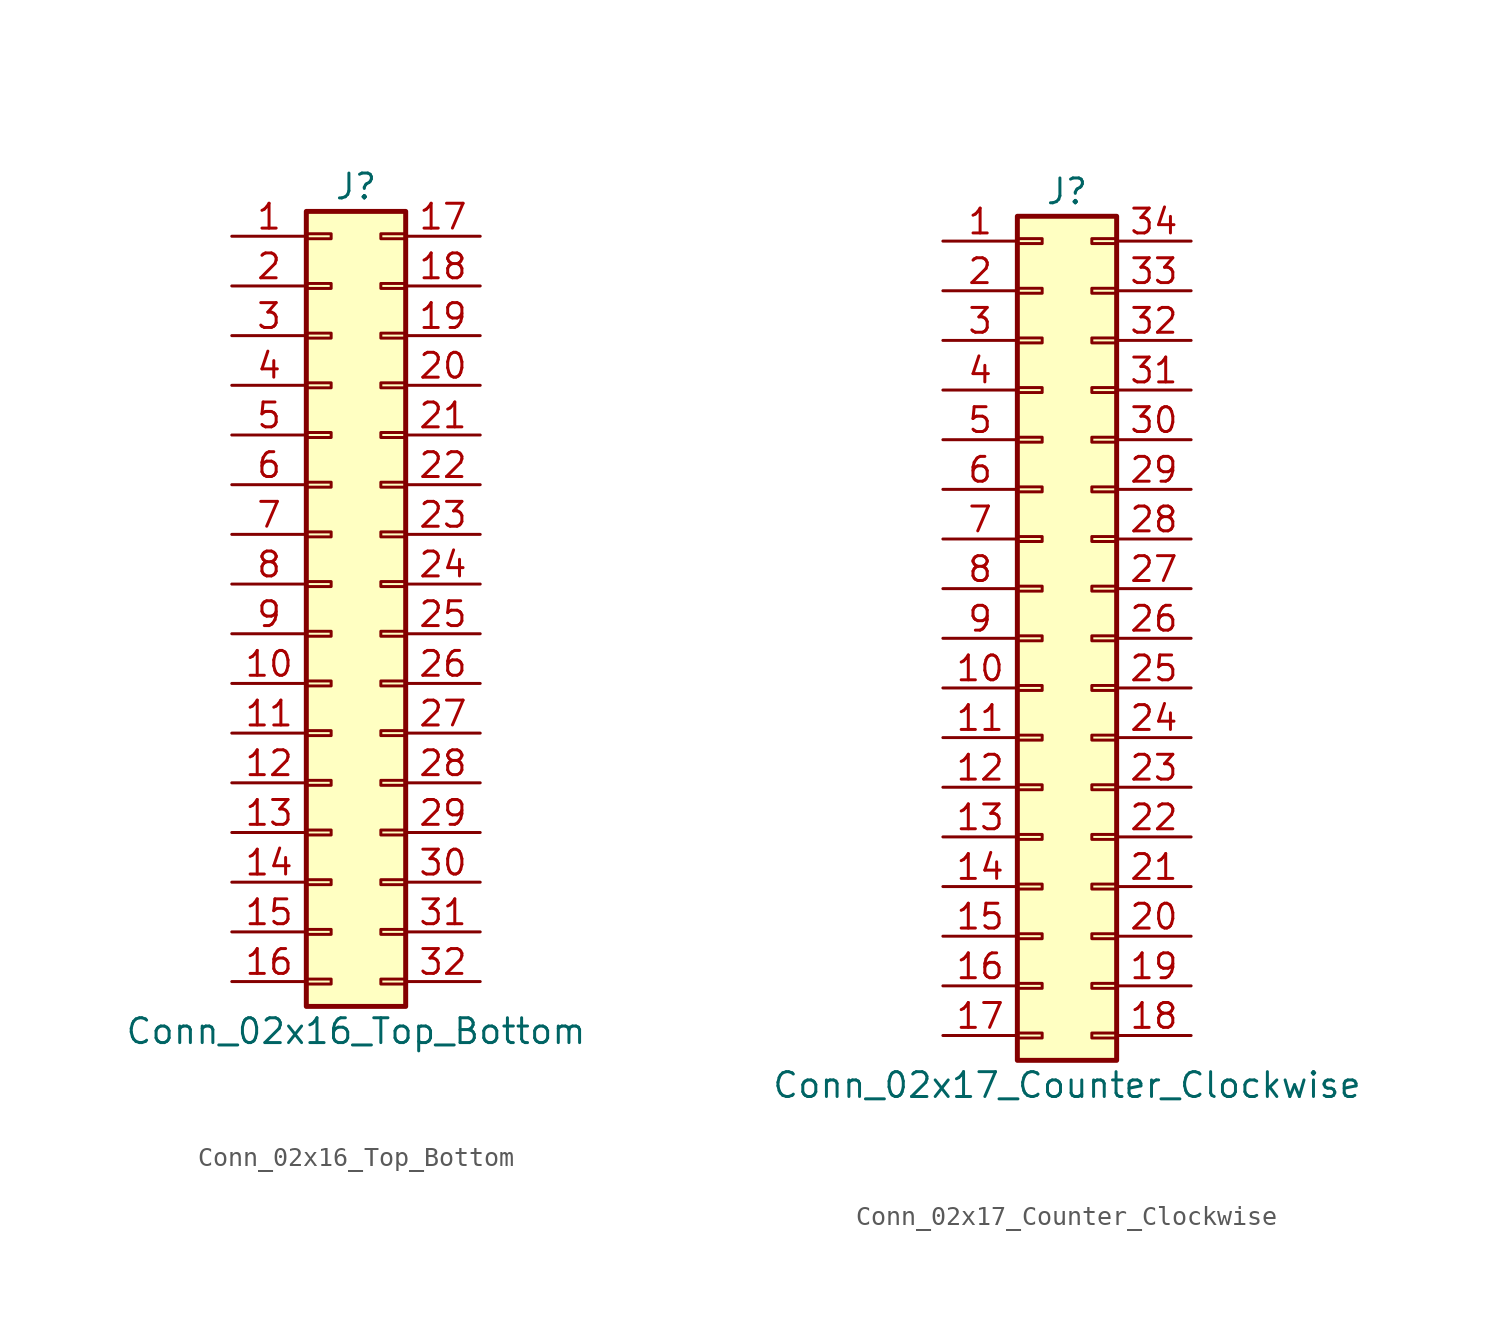
<source format=kicad_sym>
(kicad_symbol_lib
  (version 20201005)
  (generator kicad_symbol_editor)
  (symbol "Conn_02x16_Top_Bottom"
    (pin_names
      (offset 1.016) hide)
    (property "Reference" "J"
      (at 1.27 20.32 0)
      (effects (font (size 1.27 1.27))))
    (property "Value" "Conn_02x16_Top_Bottom"
      (at 1.27 -22.86 0)
      (effects (font (size 1.27 1.27))))
    (symbol "Conn_02x16_Top_Bottom_1_1"
      (rectangle (start -1.27 -20.193) (end 0 -20.447) (stroke (width 0.152)) (fill (type none)))
      (rectangle (start -1.27 -17.653) (end 0 -17.907) (stroke (width 0.152)) (fill (type none)))
      (rectangle (start -1.27 -15.113) (end 0 -15.367) (stroke (width 0.152)) (fill (type none)))
      (rectangle (start -1.27 -12.573) (end 0 -12.827) (stroke (width 0.152)) (fill (type none)))
      (rectangle (start -1.27 -10.033) (end 0 -10.287) (stroke (width 0.152)) (fill (type none)))
      (rectangle (start -1.27 -7.493) (end 0 -7.747) (stroke (width 0.152)) (fill (type none)))
      (rectangle (start -1.27 -4.953) (end 0 -5.207) (stroke (width 0.152)) (fill (type none)))
      (rectangle (start -1.27 -2.413) (end 0 -2.667) (stroke (width 0.152)) (fill (type none)))
      (rectangle (start -1.27 0.127) (end 0 -0.127) (stroke (width 0.152)) (fill (type none)))
      (rectangle (start -1.27 2.667) (end 0 2.413) (stroke (width 0.152)) (fill (type none)))
      (rectangle (start -1.27 5.207) (end 0 4.953) (stroke (width 0.152)) (fill (type none)))
      (rectangle (start -1.27 7.747) (end 0 7.493) (stroke (width 0.152)) (fill (type none)))
      (rectangle (start -1.27 10.287) (end 0 10.033) (stroke (width 0.152)) (fill (type none)))
      (rectangle (start -1.27 12.827) (end 0 12.573) (stroke (width 0.152)) (fill (type none)))
      (rectangle (start -1.27 15.367) (end 0 15.113) (stroke (width 0.152)) (fill (type none)))
      (rectangle (start -1.27 17.907) (end 0 17.653) (stroke (width 0.152)) (fill (type none)))
      (rectangle (start -1.27 19.05) (end 3.81 -21.59) (stroke (width 0.254)) (fill (type background)))
      (rectangle (start 3.81 -20.193) (end 2.54 -20.447) (stroke (width 0.152)) (fill (type none)))
      (rectangle (start 3.81 -17.653) (end 2.54 -17.907) (stroke (width 0.152)) (fill (type none)))
      (rectangle (start 3.81 -15.113) (end 2.54 -15.367) (stroke (width 0.152)) (fill (type none)))
      (rectangle (start 3.81 -12.573) (end 2.54 -12.827) (stroke (width 0.152)) (fill (type none)))
      (rectangle (start 3.81 -10.033) (end 2.54 -10.287) (stroke (width 0.152)) (fill (type none)))
      (rectangle (start 3.81 -7.493) (end 2.54 -7.747) (stroke (width 0.152)) (fill (type none)))
      (rectangle (start 3.81 -4.953) (end 2.54 -5.207) (stroke (width 0.152)) (fill (type none)))
      (rectangle (start 3.81 -2.413) (end 2.54 -2.667) (stroke (width 0.152)) (fill (type none)))
      (rectangle (start 3.81 0.127) (end 2.54 -0.127) (stroke (width 0.152)) (fill (type none)))
      (rectangle (start 3.81 2.667) (end 2.54 2.413) (stroke (width 0.152)) (fill (type none)))
      (rectangle (start 3.81 5.207) (end 2.54 4.953) (stroke (width 0.152)) (fill (type none)))
      (rectangle (start 3.81 7.747) (end 2.54 7.493) (stroke (width 0.152)) (fill (type none)))
      (rectangle (start 3.81 10.287) (end 2.54 10.033) (stroke (width 0.152)) (fill (type none)))
      (rectangle (start 3.81 12.827) (end 2.54 12.573) (stroke (width 0.152)) (fill (type none)))
      (rectangle (start 3.81 15.367) (end 2.54 15.113) (stroke (width 0.152)) (fill (type none)))
      (rectangle (start 3.81 17.907) (end 2.54 17.653) (stroke (width 0.152)) (fill (type none)))
      (pin passive line (at -5.08 17.78 0) (length 3.81) (name "Pin_1" (effects (font (size 1.27 1.27)))) (number "1" (effects (font (size 1.27 1.27)))))
      (pin passive line (at -5.08 -5.08 0) (length 3.81) (name "Pin_10" (effects (font (size 1.27 1.27)))) (number "10" (effects (font (size 1.27 1.27)))))
      (pin passive line (at -5.08 -7.62 0) (length 3.81) (name "Pin_11" (effects (font (size 1.27 1.27)))) (number "11" (effects (font (size 1.27 1.27)))))
      (pin passive line (at -5.08 -10.16 0) (length 3.81) (name "Pin_12" (effects (font (size 1.27 1.27)))) (number "12" (effects (font (size 1.27 1.27)))))
      (pin passive line (at -5.08 -12.7 0) (length 3.81) (name "Pin_13" (effects (font (size 1.27 1.27)))) (number "13" (effects (font (size 1.27 1.27)))))
      (pin passive line (at -5.08 -15.24 0) (length 3.81) (name "Pin_14" (effects (font (size 1.27 1.27)))) (number "14" (effects (font (size 1.27 1.27)))))
      (pin passive line (at -5.08 -17.78 0) (length 3.81) (name "Pin_15" (effects (font (size 1.27 1.27)))) (number "15" (effects (font (size 1.27 1.27)))))
      (pin passive line (at -5.08 -20.32 0) (length 3.81) (name "Pin_16" (effects (font (size 1.27 1.27)))) (number "16" (effects (font (size 1.27 1.27)))))
      (pin passive line (at 7.62 17.78 180) (length 3.81) (name "Pin_17" (effects (font (size 1.27 1.27)))) (number "17" (effects (font (size 1.27 1.27)))))
      (pin passive line (at 7.62 15.24 180) (length 3.81) (name "Pin_18" (effects (font (size 1.27 1.27)))) (number "18" (effects (font (size 1.27 1.27)))))
      (pin passive line (at 7.62 12.7 180) (length 3.81) (name "Pin_19" (effects (font (size 1.27 1.27)))) (number "19" (effects (font (size 1.27 1.27)))))
      (pin passive line (at -5.08 15.24 0) (length 3.81) (name "Pin_2" (effects (font (size 1.27 1.27)))) (number "2" (effects (font (size 1.27 1.27)))))
      (pin passive line (at 7.62 10.16 180) (length 3.81) (name "Pin_20" (effects (font (size 1.27 1.27)))) (number "20" (effects (font (size 1.27 1.27)))))
      (pin passive line (at 7.62 7.62 180) (length 3.81) (name "Pin_21" (effects (font (size 1.27 1.27)))) (number "21" (effects (font (size 1.27 1.27)))))
      (pin passive line (at 7.62 5.08 180) (length 3.81) (name "Pin_22" (effects (font (size 1.27 1.27)))) (number "22" (effects (font (size 1.27 1.27)))))
      (pin passive line (at 7.62 2.54 180) (length 3.81) (name "Pin_23" (effects (font (size 1.27 1.27)))) (number "23" (effects (font (size 1.27 1.27)))))
      (pin passive line (at 7.62 0 180) (length 3.81) (name "Pin_24" (effects (font (size 1.27 1.27)))) (number "24" (effects (font (size 1.27 1.27)))))
      (pin passive line (at 7.62 -2.54 180) (length 3.81) (name "Pin_25" (effects (font (size 1.27 1.27)))) (number "25" (effects (font (size 1.27 1.27)))))
      (pin passive line (at 7.62 -5.08 180) (length 3.81) (name "Pin_26" (effects (font (size 1.27 1.27)))) (number "26" (effects (font (size 1.27 1.27)))))
      (pin passive line (at 7.62 -7.62 180) (length 3.81) (name "Pin_27" (effects (font (size 1.27 1.27)))) (number "27" (effects (font (size 1.27 1.27)))))
      (pin passive line (at 7.62 -10.16 180) (length 3.81) (name "Pin_28" (effects (font (size 1.27 1.27)))) (number "28" (effects (font (size 1.27 1.27)))))
      (pin passive line (at 7.62 -12.7 180) (length 3.81) (name "Pin_29" (effects (font (size 1.27 1.27)))) (number "29" (effects (font (size 1.27 1.27)))))
      (pin passive line (at -5.08 12.7 0) (length 3.81) (name "Pin_3" (effects (font (size 1.27 1.27)))) (number "3" (effects (font (size 1.27 1.27)))))
      (pin passive line (at 7.62 -15.24 180) (length 3.81) (name "Pin_30" (effects (font (size 1.27 1.27)))) (number "30" (effects (font (size 1.27 1.27)))))
      (pin passive line (at 7.62 -17.78 180) (length 3.81) (name "Pin_31" (effects (font (size 1.27 1.27)))) (number "31" (effects (font (size 1.27 1.27)))))
      (pin passive line (at 7.62 -20.32 180) (length 3.81) (name "Pin_32" (effects (font (size 1.27 1.27)))) (number "32" (effects (font (size 1.27 1.27)))))
      (pin passive line (at -5.08 10.16 0) (length 3.81) (name "Pin_4" (effects (font (size 1.27 1.27)))) (number "4" (effects (font (size 1.27 1.27)))))
      (pin passive line (at -5.08 7.62 0) (length 3.81) (name "Pin_5" (effects (font (size 1.27 1.27)))) (number "5" (effects (font (size 1.27 1.27)))))
      (pin passive line (at -5.08 5.08 0) (length 3.81) (name "Pin_6" (effects (font (size 1.27 1.27)))) (number "6" (effects (font (size 1.27 1.27)))))
      (pin passive line (at -5.08 2.54 0) (length 3.81) (name "Pin_7" (effects (font (size 1.27 1.27)))) (number "7" (effects (font (size 1.27 1.27)))))
      (pin passive line (at -5.08 0 0) (length 3.81) (name "Pin_8" (effects (font (size 1.27 1.27)))) (number "8" (effects (font (size 1.27 1.27)))))
      (pin passive line (at -5.08 -2.54 0) (length 3.81) (name "Pin_9" (effects (font (size 1.27 1.27)))) (number "9" (effects (font (size 1.27 1.27)))))))
  (symbol "Conn_02x17_Counter_Clockwise"
    (pin_names
      (offset 1.016) hide)
    (property "Reference" "J"
      (at 1.27 22.86 0)
      (effects (font (size 1.27 1.27))))
    (property "Value" "Conn_02x17_Counter_Clockwise"
      (at 1.27 -22.86 0)
      (effects (font (size 1.27 1.27))))
    (symbol "Conn_02x17_Counter_Clockwise_1_1"
      (rectangle (start -1.27 -20.193) (end 0 -20.447) (stroke (width 0.152)) (fill (type none)))
      (rectangle (start -1.27 -17.653) (end 0 -17.907) (stroke (width 0.152)) (fill (type none)))
      (rectangle (start -1.27 -15.113) (end 0 -15.367) (stroke (width 0.152)) (fill (type none)))
      (rectangle (start -1.27 -12.573) (end 0 -12.827) (stroke (width 0.152)) (fill (type none)))
      (rectangle (start -1.27 -10.033) (end 0 -10.287) (stroke (width 0.152)) (fill (type none)))
      (rectangle (start -1.27 -7.493) (end 0 -7.747) (stroke (width 0.152)) (fill (type none)))
      (rectangle (start -1.27 -4.953) (end 0 -5.207) (stroke (width 0.152)) (fill (type none)))
      (rectangle (start -1.27 -2.413) (end 0 -2.667) (stroke (width 0.152)) (fill (type none)))
      (rectangle (start -1.27 0.127) (end 0 -0.127) (stroke (width 0.152)) (fill (type none)))
      (rectangle (start -1.27 2.667) (end 0 2.413) (stroke (width 0.152)) (fill (type none)))
      (rectangle (start -1.27 5.207) (end 0 4.953) (stroke (width 0.152)) (fill (type none)))
      (rectangle (start -1.27 7.747) (end 0 7.493) (stroke (width 0.152)) (fill (type none)))
      (rectangle (start -1.27 10.287) (end 0 10.033) (stroke (width 0.152)) (fill (type none)))
      (rectangle (start -1.27 12.827) (end 0 12.573) (stroke (width 0.152)) (fill (type none)))
      (rectangle (start -1.27 15.367) (end 0 15.113) (stroke (width 0.152)) (fill (type none)))
      (rectangle (start -1.27 17.907) (end 0 17.653) (stroke (width 0.152)) (fill (type none)))
      (rectangle (start -1.27 20.447) (end 0 20.193) (stroke (width 0.152)) (fill (type none)))
      (rectangle (start -1.27 21.59) (end 3.81 -21.59) (stroke (width 0.254)) (fill (type background)))
      (rectangle (start 3.81 -20.193) (end 2.54 -20.447) (stroke (width 0.152)) (fill (type none)))
      (rectangle (start 3.81 -17.653) (end 2.54 -17.907) (stroke (width 0.152)) (fill (type none)))
      (rectangle (start 3.81 -15.113) (end 2.54 -15.367) (stroke (width 0.152)) (fill (type none)))
      (rectangle (start 3.81 -12.573) (end 2.54 -12.827) (stroke (width 0.152)) (fill (type none)))
      (rectangle (start 3.81 -10.033) (end 2.54 -10.287) (stroke (width 0.152)) (fill (type none)))
      (rectangle (start 3.81 -7.493) (end 2.54 -7.747) (stroke (width 0.152)) (fill (type none)))
      (rectangle (start 3.81 -4.953) (end 2.54 -5.207) (stroke (width 0.152)) (fill (type none)))
      (rectangle (start 3.81 -2.413) (end 2.54 -2.667) (stroke (width 0.152)) (fill (type none)))
      (rectangle (start 3.81 0.127) (end 2.54 -0.127) (stroke (width 0.152)) (fill (type none)))
      (rectangle (start 3.81 2.667) (end 2.54 2.413) (stroke (width 0.152)) (fill (type none)))
      (rectangle (start 3.81 5.207) (end 2.54 4.953) (stroke (width 0.152)) (fill (type none)))
      (rectangle (start 3.81 7.747) (end 2.54 7.493) (stroke (width 0.152)) (fill (type none)))
      (rectangle (start 3.81 10.287) (end 2.54 10.033) (stroke (width 0.152)) (fill (type none)))
      (rectangle (start 3.81 12.827) (end 2.54 12.573) (stroke (width 0.152)) (fill (type none)))
      (rectangle (start 3.81 15.367) (end 2.54 15.113) (stroke (width 0.152)) (fill (type none)))
      (rectangle (start 3.81 17.907) (end 2.54 17.653) (stroke (width 0.152)) (fill (type none)))
      (rectangle (start 3.81 20.447) (end 2.54 20.193) (stroke (width 0.152)) (fill (type none)))
      (pin passive line (at -5.08 20.32 0) (length 3.81) (name "Pin_1" (effects (font (size 1.27 1.27)))) (number "1" (effects (font (size 1.27 1.27)))))
      (pin passive line (at -5.08 -2.54 0) (length 3.81) (name "Pin_10" (effects (font (size 1.27 1.27)))) (number "10" (effects (font (size 1.27 1.27)))))
      (pin passive line (at -5.08 -5.08 0) (length 3.81) (name "Pin_11" (effects (font (size 1.27 1.27)))) (number "11" (effects (font (size 1.27 1.27)))))
      (pin passive line (at -5.08 -7.62 0) (length 3.81) (name "Pin_12" (effects (font (size 1.27 1.27)))) (number "12" (effects (font (size 1.27 1.27)))))
      (pin passive line (at -5.08 -10.16 0) (length 3.81) (name "Pin_13" (effects (font (size 1.27 1.27)))) (number "13" (effects (font (size 1.27 1.27)))))
      (pin passive line (at -5.08 -12.7 0) (length 3.81) (name "Pin_14" (effects (font (size 1.27 1.27)))) (number "14" (effects (font (size 1.27 1.27)))))
      (pin passive line (at -5.08 -15.24 0) (length 3.81) (name "Pin_15" (effects (font (size 1.27 1.27)))) (number "15" (effects (font (size 1.27 1.27)))))
      (pin passive line (at -5.08 -17.78 0) (length 3.81) (name "Pin_16" (effects (font (size 1.27 1.27)))) (number "16" (effects (font (size 1.27 1.27)))))
      (pin passive line (at -5.08 -20.32 0) (length 3.81) (name "Pin_17" (effects (font (size 1.27 1.27)))) (number "17" (effects (font (size 1.27 1.27)))))
      (pin passive line (at 7.62 -20.32 180) (length 3.81) (name "Pin_18" (effects (font (size 1.27 1.27)))) (number "18" (effects (font (size 1.27 1.27)))))
      (pin passive line (at 7.62 -17.78 180) (length 3.81) (name "Pin_19" (effects (font (size 1.27 1.27)))) (number "19" (effects (font (size 1.27 1.27)))))
      (pin passive line (at -5.08 17.78 0) (length 3.81) (name "Pin_2" (effects (font (size 1.27 1.27)))) (number "2" (effects (font (size 1.27 1.27)))))
      (pin passive line (at 7.62 -15.24 180) (length 3.81) (name "Pin_20" (effects (font (size 1.27 1.27)))) (number "20" (effects (font (size 1.27 1.27)))))
      (pin passive line (at 7.62 -12.7 180) (length 3.81) (name "Pin_21" (effects (font (size 1.27 1.27)))) (number "21" (effects (font (size 1.27 1.27)))))
      (pin passive line (at 7.62 -10.16 180) (length 3.81) (name "Pin_22" (effects (font (size 1.27 1.27)))) (number "22" (effects (font (size 1.27 1.27)))))
      (pin passive line (at 7.62 -7.62 180) (length 3.81) (name "Pin_23" (effects (font (size 1.27 1.27)))) (number "23" (effects (font (size 1.27 1.27)))))
      (pin passive line (at 7.62 -5.08 180) (length 3.81) (name "Pin_24" (effects (font (size 1.27 1.27)))) (number "24" (effects (font (size 1.27 1.27)))))
      (pin passive line (at 7.62 -2.54 180) (length 3.81) (name "Pin_25" (effects (font (size 1.27 1.27)))) (number "25" (effects (font (size 1.27 1.27)))))
      (pin passive line (at 7.62 0 180) (length 3.81) (name "Pin_26" (effects (font (size 1.27 1.27)))) (number "26" (effects (font (size 1.27 1.27)))))
      (pin passive line (at 7.62 2.54 180) (length 3.81) (name "Pin_27" (effects (font (size 1.27 1.27)))) (number "27" (effects (font (size 1.27 1.27)))))
      (pin passive line (at 7.62 5.08 180) (length 3.81) (name "Pin_28" (effects (font (size 1.27 1.27)))) (number "28" (effects (font (size 1.27 1.27)))))
      (pin passive line (at 7.62 7.62 180) (length 3.81) (name "Pin_29" (effects (font (size 1.27 1.27)))) (number "29" (effects (font (size 1.27 1.27)))))
      (pin passive line (at -5.08 15.24 0) (length 3.81) (name "Pin_3" (effects (font (size 1.27 1.27)))) (number "3" (effects (font (size 1.27 1.27)))))
      (pin passive line (at 7.62 10.16 180) (length 3.81) (name "Pin_30" (effects (font (size 1.27 1.27)))) (number "30" (effects (font (size 1.27 1.27)))))
      (pin passive line (at 7.62 12.7 180) (length 3.81) (name "Pin_31" (effects (font (size 1.27 1.27)))) (number "31" (effects (font (size 1.27 1.27)))))
      (pin passive line (at 7.62 15.24 180) (length 3.81) (name "Pin_32" (effects (font (size 1.27 1.27)))) (number "32" (effects (font (size 1.27 1.27)))))
      (pin passive line (at 7.62 17.78 180) (length 3.81) (name "Pin_33" (effects (font (size 1.27 1.27)))) (number "33" (effects (font (size 1.27 1.27)))))
      (pin passive line (at 7.62 20.32 180) (length 3.81) (name "Pin_34" (effects (font (size 1.27 1.27)))) (number "34" (effects (font (size 1.27 1.27)))))
      (pin passive line (at -5.08 12.7 0) (length 3.81) (name "Pin_4" (effects (font (size 1.27 1.27)))) (number "4" (effects (font (size 1.27 1.27)))))
      (pin passive line (at -5.08 10.16 0) (length 3.81) (name "Pin_5" (effects (font (size 1.27 1.27)))) (number "5" (effects (font (size 1.27 1.27)))))
      (pin passive line (at -5.08 7.62 0) (length 3.81) (name "Pin_6" (effects (font (size 1.27 1.27)))) (number "6" (effects (font (size 1.27 1.27)))))
      (pin passive line (at -5.08 5.08 0) (length 3.81) (name "Pin_7" (effects (font (size 1.27 1.27)))) (number "7" (effects (font (size 1.27 1.27)))))
      (pin passive line (at -5.08 2.54 0) (length 3.81) (name "Pin_8" (effects (font (size 1.27 1.27)))) (number "8" (effects (font (size 1.27 1.27)))))
      (pin passive line (at -5.08 0 0) (length 3.81) (name "Pin_9" (effects (font (size 1.27 1.27)))) (number "9" (effects (font (size 1.27 1.27))))))))
</source>
